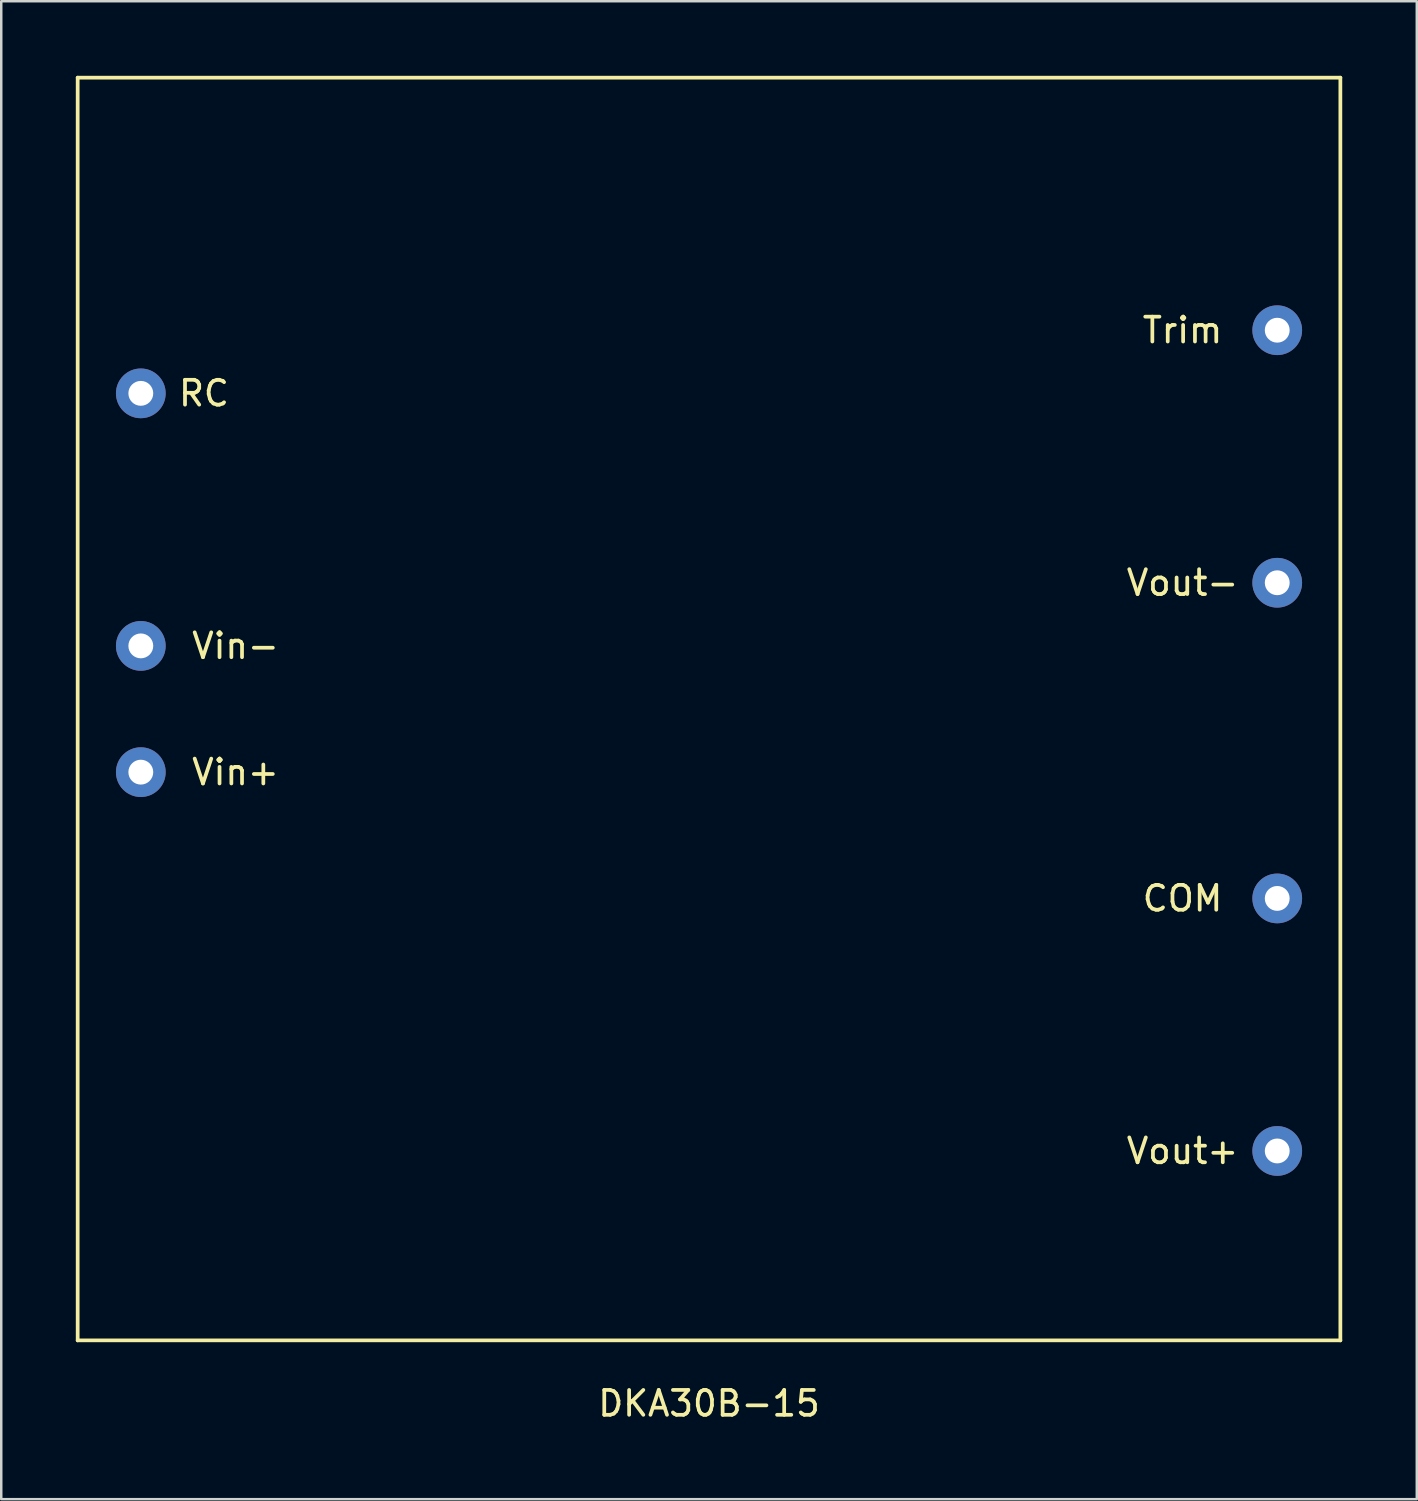
<source format=kicad_pcb>
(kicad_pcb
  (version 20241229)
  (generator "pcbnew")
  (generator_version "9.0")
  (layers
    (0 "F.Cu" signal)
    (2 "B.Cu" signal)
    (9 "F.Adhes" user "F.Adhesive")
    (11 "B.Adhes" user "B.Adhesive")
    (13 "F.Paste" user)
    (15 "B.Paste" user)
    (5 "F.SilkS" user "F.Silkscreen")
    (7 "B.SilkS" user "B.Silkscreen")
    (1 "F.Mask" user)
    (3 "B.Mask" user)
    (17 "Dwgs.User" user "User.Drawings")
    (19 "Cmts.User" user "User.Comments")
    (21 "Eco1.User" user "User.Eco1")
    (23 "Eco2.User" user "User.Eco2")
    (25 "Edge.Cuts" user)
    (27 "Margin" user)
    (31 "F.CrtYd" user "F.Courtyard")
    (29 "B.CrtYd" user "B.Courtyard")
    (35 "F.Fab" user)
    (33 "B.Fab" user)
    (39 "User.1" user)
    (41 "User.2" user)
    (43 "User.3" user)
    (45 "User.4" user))
  (footprint "DKA30B-15"
    (layer "F.Cu")
    (at 25.475 25.475)
    (property "Reference" "DKA30B-15" (at 0 27.94 0) (layer "F.SilkS") (effects (font (size 1 1) (thickness 0.15))))
    (attr through_hole)
    (fp_line (start -25.4 -25.4) (end 25.4 -25.4) (stroke (width 0.15) (type solid)) (layer "F.SilkS"))
    (fp_line (start -25.4 25.4) (end -25.4 -25.4) (stroke (width 0.15) (type solid)) (layer "F.SilkS"))
    (fp_line (start 25.4 -25.4) (end 25.4 25.4) (stroke (width 0.15) (type solid)) (layer "F.SilkS"))
    (fp_line (start 25.4 25.4) (end -25.4 25.4) (stroke (width 0.15) (type solid)) (layer "F.SilkS"))
    (fp_text user "Vin+" (at -19.05 2.54 0) (layer "F.SilkS") (effects (font (size 1 1) (thickness 0.15))))
    (fp_text user "Vout+" (at 19.05 17.78 0) (layer "F.SilkS") (effects (font (size 1 1) (thickness 0.15))))
    (fp_text user "COM" (at 19.05 7.62 0) (layer "F.SilkS") (effects (font (size 1 1) (thickness 0.15))))
    (fp_text user "RC" (at -20.32 -12.7 0) (layer "F.SilkS") (effects (font (size 1 1) (thickness 0.15))))
    (fp_text user "Trim" (at 19.05 -15.24 0) (layer "F.SilkS") (effects (font (size 1 1) (thickness 0.15))))
    (fp_text user "Vout-" (at 19.05 -5.08 0) (layer "F.SilkS") (effects (font (size 1 1) (thickness 0.15))))
    (fp_text user "Vin-" (at -19.05 -2.54 0) (layer "F.SilkS") (effects (font (size 1 1) (thickness 0.15))))
    (pad "1" thru_hole circle (at -22.86 -12.7) (size 2 2) (drill 1) (layers "*.Cu" "*.Mask"))
    (pad "3" thru_hole circle (at -22.86 -2.54) (size 2 2) (drill 1) (layers "*.Cu" "*.Mask"))
    (pad "4" thru_hole circle (at -22.86 2.54) (size 2 2) (drill 1) (layers "*.Cu" "*.Mask"))
    (pad "5" thru_hole circle (at 22.86 17.78) (size 2 2) (drill 1) (layers "*.Cu" "*.Mask"))
    (pad "6" thru_hole circle (at 22.86 7.62) (size 2 2) (drill 1) (layers "*.Cu" "*.Mask"))
    (pad "7" thru_hole circle (at 22.86 -5.08) (size 2 2) (drill 1) (layers "*.Cu" "*.Mask"))
    (pad "8" thru_hole circle (at 22.86 -15.24) (size 2 2) (drill 1) (layers "*.Cu" "*.Mask")))
  (gr_rect
    (start -3 -3)
    (end 53.95 57.263)
    (stroke (width 0.1) (type default))
    (fill no)
    (layer "Edge.Cuts")))
</source>
